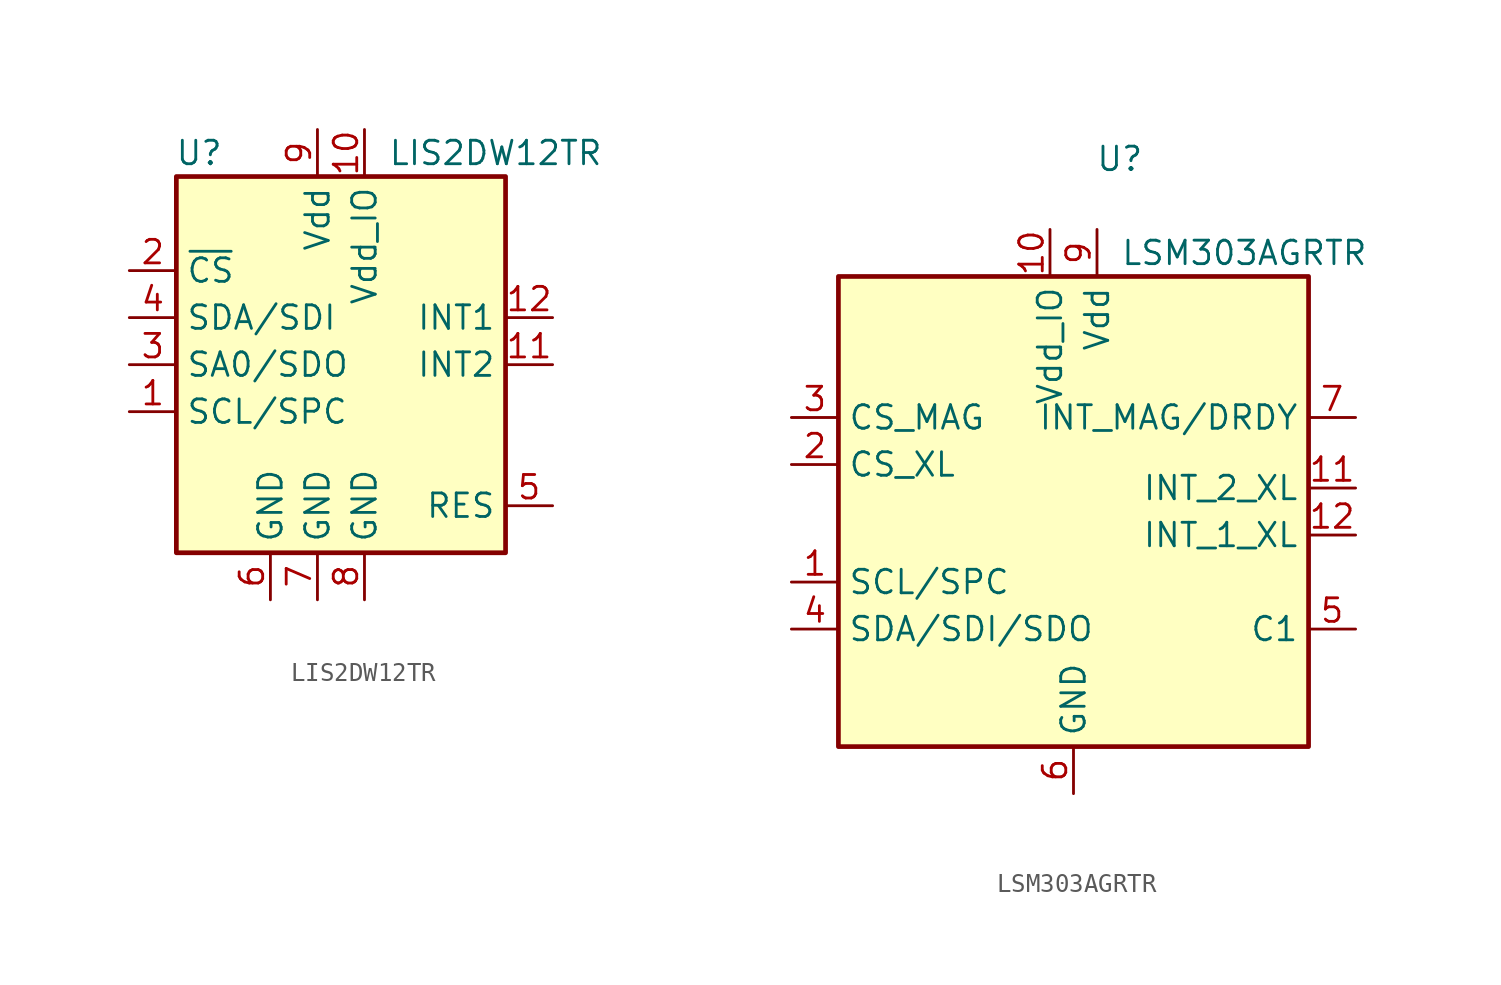
<source format=kicad_sym>
(kicad_symbol_lib
  (version 20220914)
  (generator kicad_symbol_editor)
  (symbol "LIS2DW12TR"
    (property "Reference" "U"
      (at -5.08 11.43 0)
      (effects (font (size 1.27 1.27)) (justify right)))
    (property "Value" "LIS2DW12TR"
      (at 3.81 11.43 0)
      (effects (font (size 1.27 1.27)) (justify left)))
    (symbol "LIS2DW12TR_0_1"
      (rectangle (start -7.62 10.16) (end 10.16 -10.16) (stroke (width 0.254) (type default)) (fill (type background))))
    (symbol "LIS2DW12TR_1_1"
      (pin input line (at -10.16 -2.54 0) (length 2.54) (name "SCL/SPC" (effects (font (size 1.27 1.27)))) (number "1" (effects (font (size 1.27 1.27)))))
      (pin power_in line (at 2.54 12.7 270) (length 2.54) (name "Vdd_IO" (effects (font (size 1.27 1.27)))) (number "10" (effects (font (size 1.27 1.27)))))
      (pin output line (at 12.7 0 180) (length 2.54) (name "INT2" (effects (font (size 1.27 1.27)))) (number "11" (effects (font (size 1.27 1.27)))))
      (pin output line (at 12.7 2.54 180) (length 2.54) (name "INT1" (effects (font (size 1.27 1.27)))) (number "12" (effects (font (size 1.27 1.27)))))
      (pin input line (at -10.16 5.08 0) (length 2.54) (name "~{CS}" (effects (font (size 1.27 1.27)))) (number "2" (effects (font (size 1.27 1.27)))))
      (pin bidirectional line (at -10.16 0 0) (length 2.54) (name "SA0/SDO" (effects (font (size 1.27 1.27)))) (number "3" (effects (font (size 1.27 1.27)))))
      (pin bidirectional line (at -10.16 2.54 0) (length 2.54) (name "SDA/SDI" (effects (font (size 1.27 1.27)))) (number "4" (effects (font (size 1.27 1.27)))))
      (pin passive line (at 12.7 -7.62 180) (length 2.54) (name "RES" (effects (font (size 1.27 1.27)))) (number "5" (effects (font (size 1.27 1.27)))))
      (pin power_in line (at -2.54 -12.7 90) (length 2.54) (name "GND" (effects (font (size 1.27 1.27)))) (number "6" (effects (font (size 1.27 1.27)))))
      (pin power_in line (at 0 -12.7 90) (length 2.54) (name "GND" (effects (font (size 1.27 1.27)))) (number "7" (effects (font (size 1.27 1.27)))))
      (pin power_in line (at 2.54 -12.7 90) (length 2.54) (name "GND" (effects (font (size 1.27 1.27)))) (number "8" (effects (font (size 1.27 1.27)))))
      (pin power_in line (at 0 12.7 270) (length 2.54) (name "Vdd" (effects (font (size 1.27 1.27)))) (number "9" (effects (font (size 1.27 1.27)))))))
  (symbol "LSM303AGRTR"
    (property "Reference" "U"
      (at 3.81 19.05 0)
      (effects (font (size 1.27 1.27)) (justify right)))
    (property "Value" "LSM303AGRTR"
      (at 2.54 13.97 0)
      (effects (font (size 1.27 1.27)) (justify left)))
    (symbol "LSM303AGRTR_0_1"
      (rectangle (start -12.7 12.7) (end 12.7 -12.7) (stroke (width 0.254) (type default)) (fill (type background))))
    (symbol "LSM303AGRTR_1_1"
      (pin input line (at -15.24 -3.81 0) (length 2.54) (name "SCL/SPC" (effects (font (size 1.27 1.27)))) (number "1" (effects (font (size 1.27 1.27)))))
      (pin power_in line (at -1.27 15.24 270) (length 2.54) (name "Vdd_IO" (effects (font (size 1.27 1.27)))) (number "10" (effects (font (size 1.27 1.27)))))
      (pin output line (at 15.24 1.27 180) (length 2.54) (name "INT_2_XL" (effects (font (size 1.27 1.27)))) (number "11" (effects (font (size 1.27 1.27)))))
      (pin output line (at 15.24 -1.27 180) (length 2.54) (name "INT_1_XL" (effects (font (size 1.27 1.27)))) (number "12" (effects (font (size 1.27 1.27)))))
      (pin input line (at -15.24 2.54 0) (length 2.54) (name "CS_XL" (effects (font (size 1.27 1.27)))) (number "2" (effects (font (size 1.27 1.27)))))
      (pin input line (at -15.24 5.08 0) (length 2.54) (name "CS_MAG" (effects (font (size 1.27 1.27)))) (number "3" (effects (font (size 1.27 1.27)))))
      (pin bidirectional line (at -15.24 -6.35 0) (length 2.54) (name "SDA/SDI/SDO" (effects (font (size 1.27 1.27)))) (number "4" (effects (font (size 1.27 1.27)))))
      (pin passive line (at 15.24 -6.35 180) (length 2.54) (name "C1" (effects (font (size 1.27 1.27)))) (number "5" (effects (font (size 1.27 1.27)))))
      (pin power_in line (at 0 -15.24 90) (length 2.54) (name "GND" (effects (font (size 1.27 1.27)))) (number "6" (effects (font (size 1.27 1.27)))))
      (pin output line (at 15.24 5.08 180) (length 2.54) (name "INT_MAG/DRDY" (effects (font (size 1.27 1.27)))) (number "7" (effects (font (size 1.27 1.27)))))
      (pin passive line (at 0 -15.24 90) (length 2.54) hide (name "GND" (effects (font (size 1.27 1.27)))) (number "8" (effects (font (size 1.27 1.27)))))
      (pin power_in line (at 1.27 15.24 270) (length 2.54) (name "Vdd" (effects (font (size 1.27 1.27)))) (number "9" (effects (font (size 1.27 1.27))))))))
</source>
